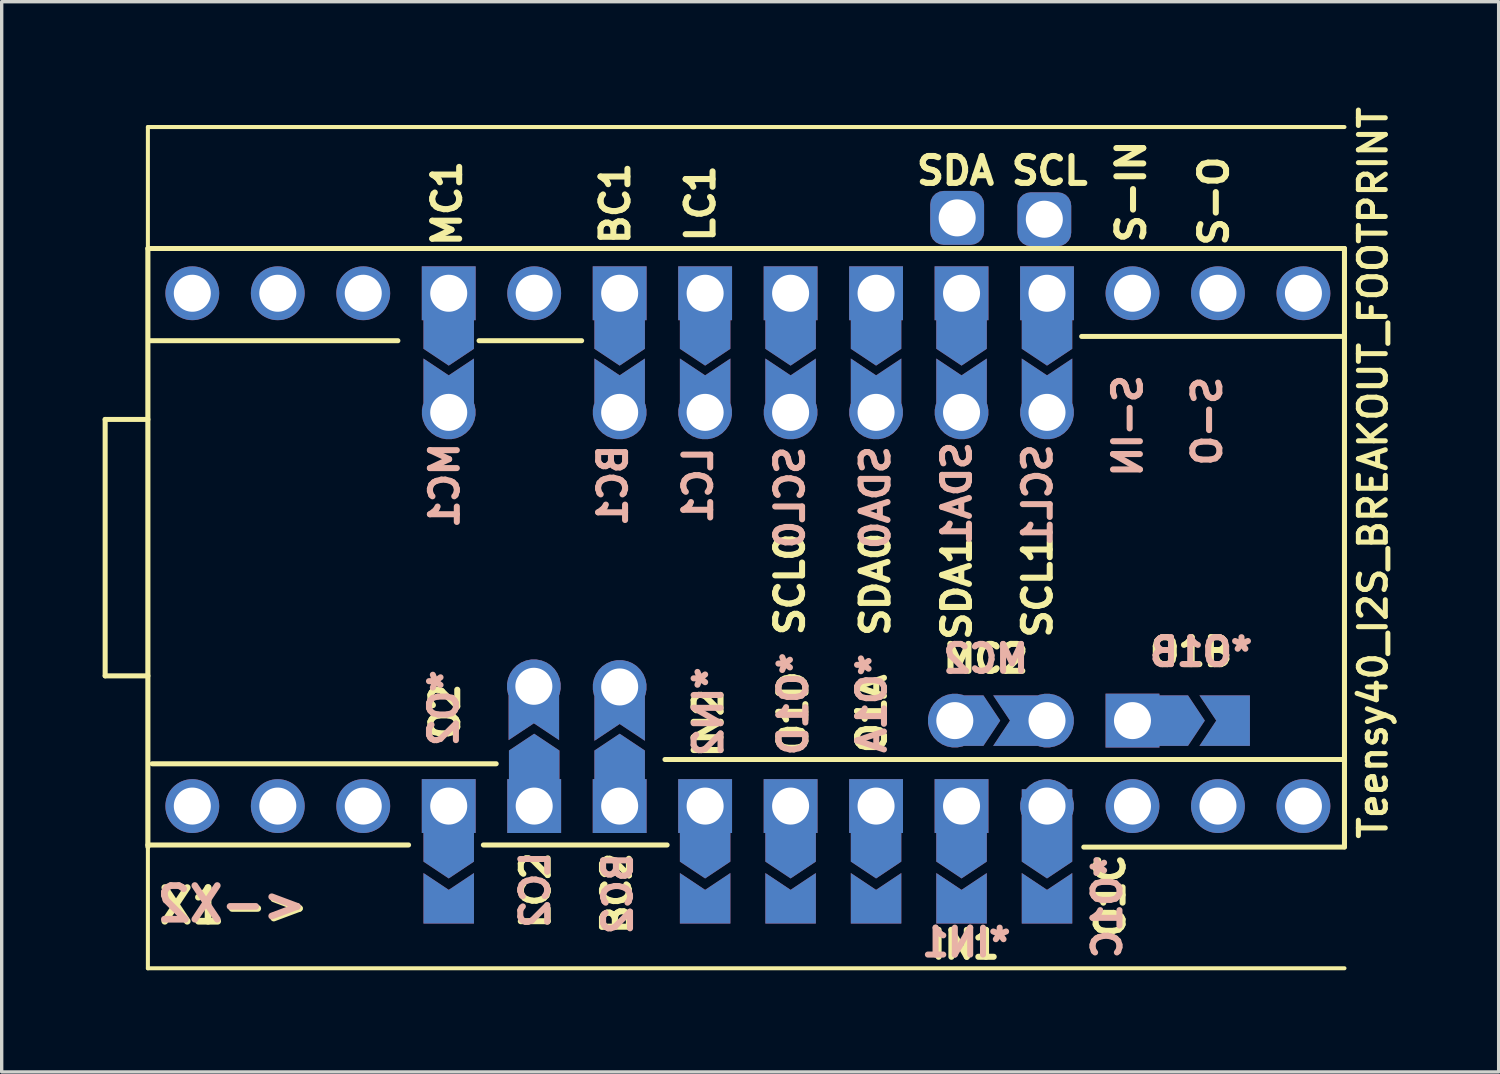
<source format=kicad_pcb>
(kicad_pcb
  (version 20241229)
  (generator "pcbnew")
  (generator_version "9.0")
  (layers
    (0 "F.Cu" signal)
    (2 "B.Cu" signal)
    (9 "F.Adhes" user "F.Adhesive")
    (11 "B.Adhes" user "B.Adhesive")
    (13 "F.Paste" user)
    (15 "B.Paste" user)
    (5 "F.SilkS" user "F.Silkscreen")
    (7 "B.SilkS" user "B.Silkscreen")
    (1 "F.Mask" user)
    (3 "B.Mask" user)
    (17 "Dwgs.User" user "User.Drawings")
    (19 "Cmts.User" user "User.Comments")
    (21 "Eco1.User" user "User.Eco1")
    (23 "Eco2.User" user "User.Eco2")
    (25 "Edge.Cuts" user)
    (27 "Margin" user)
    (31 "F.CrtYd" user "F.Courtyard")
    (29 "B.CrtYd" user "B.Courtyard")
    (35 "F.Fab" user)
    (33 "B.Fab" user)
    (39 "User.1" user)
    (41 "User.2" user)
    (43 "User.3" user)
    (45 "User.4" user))
  (footprint "Teensy40_I2S_BREAKOUT_FOOTPRINT"
    (layer "F.Cu")
    (at 1.345 0.725)
    (property "Reference" "Teensy40_I2S_BREAKOUT_FOOTPRINT" (at 36.411 10.277 270) (layer "F.SilkS") (effects (font (size 0.8 0.8) (thickness 0.15))))
    (attr through_hole)
    (fp_poly (pts (xy 8.255 6.16) (xy 9.652 6.223) (xy 9.652 7.62) (xy 8.255 7.556)) (stroke (width 0.1) (type solid)) (fill yes) (layer "F.Mask"))
    (fp_poly (pts (xy 9.632 23.576) (xy 8.235 23.576) (xy 8.235 21.544) (xy 9.632 21.544)) (stroke (width 0.1) (type solid)) (fill yes) (layer "F.Mask"))
    (fp_poly (pts (xy 10.795 17.462) (xy 12.192 17.526) (xy 12.192 18.923) (xy 10.795 18.86)) (stroke (width 0.1) (type solid)) (fill yes) (layer "F.Mask"))
    (fp_poly (pts (xy 13.335 6.096) (xy 14.732 6.16) (xy 14.732 7.556) (xy 13.335 7.493)) (stroke (width 0.1) (type solid)) (fill yes) (layer "F.Mask"))
    (fp_poly (pts (xy 13.335 17.447) (xy 14.732 17.511) (xy 14.732 18.908) (xy 13.335 18.844)) (stroke (width 0.1) (type solid)) (fill yes) (layer "F.Mask"))
    (fp_poly (pts (xy 15.875 6.16) (xy 17.272 6.223) (xy 17.272 7.62) (xy 15.875 7.556)) (stroke (width 0.1) (type solid)) (fill yes) (layer "F.Mask"))
    (fp_poly (pts (xy 17.272 23.622) (xy 15.875 23.622) (xy 15.875 21.59) (xy 17.272 21.59)) (stroke (width 0.1) (type solid)) (fill yes) (layer "F.Mask"))
    (fp_poly (pts (xy 18.415 6.223) (xy 19.812 6.287) (xy 19.812 7.684) (xy 18.415 7.62)) (stroke (width 0.1) (type solid)) (fill yes) (layer "F.Mask"))
    (fp_poly (pts (xy 19.812 23.622) (xy 18.415 23.622) (xy 18.415 21.59) (xy 19.812 21.59)) (stroke (width 0.1) (type solid)) (fill yes) (layer "F.Mask"))
    (fp_poly (pts (xy 20.955 6.223) (xy 22.352 6.287) (xy 22.352 7.684) (xy 20.955 7.62)) (stroke (width 0.1) (type solid)) (fill yes) (layer "F.Mask"))
    (fp_poly (pts (xy 22.352 23.622) (xy 20.955 23.622) (xy 20.955 21.59) (xy 22.352 21.59)) (stroke (width 0.1) (type solid)) (fill yes) (layer "F.Mask"))
    (fp_poly (pts (xy 23.495 6.096) (xy 24.892 6.16) (xy 24.892 7.556) (xy 23.495 7.493)) (stroke (width 0.1) (type solid)) (fill yes) (layer "F.Mask"))
    (fp_poly (pts (xy 24.892 23.622) (xy 23.495 23.622) (xy 23.495 21.59) (xy 24.892 21.59)) (stroke (width 0.1) (type solid)) (fill yes) (layer "F.Mask"))
    (fp_poly (pts (xy 25.971 16.954) (xy 25.908 18.352) (xy 24.511 18.352) (xy 24.575 16.954)) (stroke (width 0.1) (type solid)) (fill yes) (layer "F.Mask"))
    (fp_poly (pts (xy 26.035 6.223) (xy 27.432 6.287) (xy 27.432 7.684) (xy 26.035 7.62)) (stroke (width 0.1) (type solid)) (fill yes) (layer "F.Mask"))
    (fp_poly (pts (xy 27.396 23.332) (xy 25.999 23.332) (xy 25.999 21.3) (xy 27.396 21.3)) (stroke (width 0.1) (type solid)) (fill yes) (layer "F.Mask"))
    (fp_poly (pts (xy 31.941 16.954) (xy 31.877 18.352) (xy 30.48 18.352) (xy 30.544 16.954)) (stroke (width 0.1) (type solid)) (fill yes) (layer "F.Mask"))
    (fp_poly (pts (xy 8.255 6.16) (xy 9.652 6.223) (xy 9.652 7.62) (xy 8.255 7.556)) (stroke (width 0.1) (type solid)) (fill yes) (layer "B.Mask"))
    (fp_poly (pts (xy 9.632 23.576) (xy 8.235 23.576) (xy 8.235 21.544) (xy 9.632 21.544)) (stroke (width 0.1) (type solid)) (fill yes) (layer "B.Mask"))
    (fp_poly (pts (xy 10.795 17.462) (xy 12.192 17.526) (xy 12.192 18.923) (xy 10.795 18.86)) (stroke (width 0.1) (type solid)) (fill yes) (layer "B.Mask"))
    (fp_poly (pts (xy 13.284 17.455) (xy 14.681 17.518) (xy 14.681 18.915) (xy 13.284 18.852)) (stroke (width 0.1) (type solid)) (fill yes) (layer "B.Mask"))
    (fp_poly (pts (xy 13.335 6.096) (xy 14.732 6.16) (xy 14.732 7.556) (xy 13.335 7.493)) (stroke (width 0.1) (type solid)) (fill yes) (layer "B.Mask"))
    (fp_poly (pts (xy 15.875 6.16) (xy 17.272 6.223) (xy 17.272 7.62) (xy 15.875 7.556)) (stroke (width 0.1) (type solid)) (fill yes) (layer "B.Mask"))
    (fp_poly (pts (xy 17.272 23.622) (xy 15.875 23.622) (xy 15.875 21.59) (xy 17.272 21.59)) (stroke (width 0.1) (type solid)) (fill yes) (layer "B.Mask"))
    (fp_poly (pts (xy 18.415 6.223) (xy 19.812 6.287) (xy 19.812 7.684) (xy 18.415 7.62)) (stroke (width 0.1) (type solid)) (fill yes) (layer "B.Mask"))
    (fp_poly (pts (xy 19.812 23.622) (xy 18.415 23.622) (xy 18.415 21.59) (xy 19.812 21.59)) (stroke (width 0.1) (type solid)) (fill yes) (layer "B.Mask"))
    (fp_poly (pts (xy 20.955 6.223) (xy 22.352 6.287) (xy 22.352 7.684) (xy 20.955 7.62)) (stroke (width 0.1) (type solid)) (fill yes) (layer "B.Mask"))
    (fp_poly (pts (xy 22.352 23.622) (xy 20.955 23.622) (xy 20.955 21.59) (xy 22.352 21.59)) (stroke (width 0.1) (type solid)) (fill yes) (layer "B.Mask"))
    (fp_poly (pts (xy 23.495 6.096) (xy 24.892 6.16) (xy 24.892 7.556) (xy 23.495 7.493)) (stroke (width 0.1) (type solid)) (fill yes) (layer "B.Mask"))
    (fp_poly (pts (xy 24.892 23.622) (xy 23.495 23.622) (xy 23.495 21.59) (xy 24.892 21.59)) (stroke (width 0.1) (type solid)) (fill yes) (layer "B.Mask"))
    (fp_poly (pts (xy 25.971 16.954) (xy 25.908 18.352) (xy 24.511 18.352) (xy 24.575 16.954)) (stroke (width 0.1) (type solid)) (fill yes) (layer "B.Mask"))
    (fp_poly (pts (xy 26.035 6.223) (xy 27.432 6.287) (xy 27.432 7.684) (xy 26.035 7.62)) (stroke (width 0.1) (type solid)) (fill yes) (layer "B.Mask"))
    (fp_poly (pts (xy 27.396 23.368) (xy 25.999 23.368) (xy 25.999 21.336) (xy 27.396 21.336)) (stroke (width 0.1) (type solid)) (fill yes) (layer "B.Mask"))
    (fp_poly (pts (xy 31.941 16.954) (xy 31.877 18.352) (xy 30.48 18.352) (xy 30.544 16.954)) (stroke (width 0.1) (type solid)) (fill yes) (layer "B.Mask"))
    (fp_line (start -1.27 8.69) (end 0 8.69) (stroke (width 0.15) (type solid)) (layer "F.SilkS"))
    (fp_line (start -1.27 16.31) (end -1.27 8.69) (stroke (width 0.15) (type solid)) (layer "F.SilkS"))
    (fp_line (start 0 0) (end 0 25) (stroke (width 0.12) (type solid)) (layer "F.SilkS"))
    (fp_line (start 0 0) (end 35.56 0) (stroke (width 0.12) (type solid)) (layer "F.SilkS"))
    (fp_line (start 0 3.61) (end 0 21.39) (stroke (width 0.15) (type solid)) (layer "F.SilkS"))
    (fp_line (start 0 16.31) (end -1.27 16.31) (stroke (width 0.15) (type solid)) (layer "F.SilkS"))
    (fp_line (start 0 21.336) (end 7.747 21.336) (stroke (width 0.15) (type solid)) (layer "F.SilkS"))
    (fp_line (start 0 25) (end 35.56 25) (stroke (width 0.12) (type solid)) (layer "F.SilkS"))
    (fp_line (start 0.064 6.35) (end 7.429 6.35) (stroke (width 0.15) (type solid)) (layer "F.SilkS"))
    (fp_line (start 0.127 18.923) (end 10.351 18.923) (stroke (width 0.15) (type solid)) (layer "F.SilkS"))
    (fp_line (start 9.842 6.35) (end 12.89 6.35) (stroke (width 0.15) (type solid)) (layer "F.SilkS"))
    (fp_line (start 9.97 21.336) (end 15.431 21.336) (stroke (width 0.15) (type solid)) (layer "F.SilkS"))
    (fp_line (start 15.367 18.796) (end 35.56 18.796) (stroke (width 0.15) (type solid)) (layer "F.SilkS"))
    (fp_line (start 27.75 6.223) (end 35.56 6.223) (stroke (width 0.15) (type solid)) (layer "F.SilkS"))
    (fp_line (start 27.813 21.399) (end 35.56 21.399) (stroke (width 0.15) (type solid)) (layer "F.SilkS"))
    (fp_line (start 35.56 3.61) (end 0 3.61) (stroke (width 0.15) (type solid)) (layer "F.SilkS"))
    (fp_line (start 35.56 21.39) (end 35.56 3.61) (stroke (width 0.15) (type solid)) (layer "F.SilkS"))
    (fp_text user "IN1" (at 24.298 24.298 180) (layer "F.SilkS") (effects (font (size 0.8 0.8) (thickness 0.18))))
    (fp_text user "SCL1" (at 26.44 13.66 90) (layer "F.SilkS") (effects (font (size 0.8 0.8) (thickness 0.18))))
    (fp_text user "LC1" (at 16.42 2.27 90) (layer "F.SilkS") (effects (font (size 0.8 0.8) (thickness 0.18))))
    (fp_text user "O1A" (at 21.514 17.435 90) (layer "F.SilkS") (effects (font (size 0.8 0.8) (thickness 0.18))))
    (fp_text user "O1B" (at 31 15.6 0) (layer "F.SilkS") (effects (font (size 0.8 0.8) (thickness 0.18))))
    (fp_text user "IN2" (at 16.657 17.714 90) (layer "F.SilkS") (effects (font (size 0.8 0.8) (thickness 0.18))))
    (fp_text user "O2" (at 8.833 17.37 90) (layer "F.SilkS") (effects (font (size 0.8 0.8) (thickness 0.18))))
    (fp_text user "SCL0" (at 19.08 13.59 90) (layer "F.SilkS") (effects (font (size 0.8 0.8) (thickness 0.18))))
    (fp_text user "S-O" (at 31.68 2.2 90) (layer "F.SilkS") (effects (font (size 0.8 0.8) (thickness 0.18))))
    (fp_text user "LC2" (at 11.521 22.687 90) (layer "F.SilkS") (effects (font (size 0.8 0.8) (thickness 0.18))))
    (fp_text user "SDA0" (at 21.62 13.59 90) (layer "F.SilkS") (effects (font (size 0.8 0.8) (thickness 0.18))))
    (fp_text user "MC2" (at 24.9 15.8 0) (layer "F.SilkS") (effects (font (size 0.8 0.8) (thickness 0.18))))
    (fp_text user "X1->" (at 2.55 23.15 0) (layer "F.SilkS") (effects (font (size 1 1) (thickness 0.2))))
    (fp_text user "BC2" (at 13.934 22.774 90) (layer "F.SilkS") (effects (font (size 0.8 0.8) (thickness 0.18))))
    (fp_text user "SDA" (at 24 1.3 0) (layer "F.SilkS") (effects (font (size 0.8 0.8) (thickness 0.18))))
    (fp_text user "S-IN" (at 29.22 1.92 90) (layer "F.SilkS") (effects (font (size 0.8 0.8) (thickness 0.18))))
    (fp_text user "SCL" (at 26.8 1.3 0) (layer "F.SilkS") (effects (font (size 0.8 0.8) (thickness 0.18))))
    (fp_text user "BC1" (at 13.89 2.27 90) (layer "F.SilkS") (effects (font (size 0.8 0.8) (thickness 0.18))))
    (fp_text user "O1C" (at 28.605 22.84 90) (layer "F.SilkS") (effects (font (size 0.8 0.8) (thickness 0.18))))
    (fp_text user "O1D" (at 19.177 17.399 90) (layer "F.SilkS") (effects (font (size 0.8 0.8) (thickness 0.18))))
    (fp_text user "SDA1" (at 24.04 13.71 90) (layer "F.SilkS") (effects (font (size 0.8 0.8) (thickness 0.18))))
    (fp_text user "MC1" (at 8.89 2.27 90) (layer "F.SilkS") (effects (font (size 0.8 0.8) (thickness 0.18))))
    (fp_text user "SCL1" (at 26.44 10.94 90) (layer "B.SilkS") (effects (font (size 0.8 0.8) (thickness 0.18)) (justify mirror)))
    (fp_text user "*IN2" (at 16.657 17.374 90) (unlocked yes) (layer "B.SilkS") (effects (font (size 0.8 0.8) (thickness 0.18)) (justify mirror)))
    (fp_text user "*O1A" (at 21.514 17.125 90) (layer "B.SilkS") (effects (font (size 0.8 0.8) (thickness 0.18)) (justify mirror)))
    (fp_text user "*O1D" (at 19.177 17.145 90) (layer "B.SilkS") (effects (font (size 0.8 0.8) (thickness 0.18)) (justify mirror)))
    (fp_text user "BC1" (at 13.82 10.65 90) (layer "B.SilkS") (effects (font (size 0.8 0.8) (thickness 0.18)) (justify mirror)))
    (fp_text user "LC2" (at 11.506 22.667 90) (layer "B.SilkS") (effects (font (size 0.8 0.8) (thickness 0.18)) (justify mirror)))
    (fp_text user "MC1" (at 8.82 10.65 90) (layer "B.SilkS") (effects (font (size 0.8 0.8) (thickness 0.18)) (justify mirror)))
    (fp_text user "SDA0" (at 21.62 11.01 90) (layer "B.SilkS") (effects (font (size 0.8 0.8) (thickness 0.18)) (justify mirror)))
    (fp_text user "S-O" (at 31.48 8.74 90) (layer "B.SilkS") (effects (font (size 0.8 0.8) (thickness 0.18)) (justify mirror)))
    (fp_text user "<-X2" (at 2.49 23.09 0) (layer "B.SilkS") (effects (font (size 1 1) (thickness 0.2)) (justify mirror)))
    (fp_text user "MC2" (at 24.9 15.8 0) (unlocked yes) (layer "B.SilkS") (effects (font (size 0.8 0.8) (thickness 0.18)) (justify mirror)))
    (fp_text user "*O1B" (at 31.3 15.6 0) (unlocked yes) (layer "B.SilkS") (effects (font (size 0.8 0.8) (thickness 0.18)) (justify mirror)))
    (fp_text user "*O2" (at 8.793 17.268 90) (layer "B.SilkS") (effects (font (size 0.8 0.8) (thickness 0.18)) (justify mirror)))
    (fp_text user "S-IN" (at 29.12 8.88 90) (layer "B.SilkS") (effects (font (size 0.8 0.8) (thickness 0.18)) (justify mirror)))
    (fp_text user "BC2" (at 13.967 22.784 90) (layer "B.SilkS") (effects (font (size 0.8 0.8) (thickness 0.18)) (justify mirror)))
    (fp_text user "SCL0" (at 19.08 11.01 90) (layer "B.SilkS") (effects (font (size 0.8 0.8) (thickness 0.18)) (justify mirror)))
    (fp_text user "SDA1" (at 24.04 10.89 90) (layer "B.SilkS") (effects (font (size 0.8 0.8) (thickness 0.18)) (justify mirror)))
    (fp_text user "*IN1" (at 24.323 24.232 0) (unlocked yes) (layer "B.SilkS") (effects (font (size 0.8 0.8) (thickness 0.18)) (justify mirror)))
    (fp_text user "LC1" (at 16.35 10.65 90) (layer "B.SilkS") (effects (font (size 0.8 0.8) (thickness 0.18)) (justify mirror)))
    (fp_text user "*O1C" (at 28.512 23.177 90) (layer "B.SilkS") (effects (font (size 0.8 0.8) (thickness 0.18)) (justify mirror)))
    (pad "1" thru_hole circle (at 1.32 20.18) (size 1.6 1.6) (drill 1.1) (layers "*.Cu" "*.Mask"))
    (pad "2" thru_hole circle (at 3.86 20.18) (size 1.6 1.6) (drill 1.1) (layers "*.Cu" "*.Mask"))
    (pad "3" thru_hole circle (at 6.4 20.18 90) (size 1.6 1.6) (drill 1.1) (layers "*.Cu" "*.Mask"))
    (pad "4" thru_hole custom (at 8.94 20.18 90) (size 1.6 1.6) (drill 1.1) (layers "*.Cu" "*.Mask") (options (anchor rect)) (primitives (gr_poly (pts (xy -1.65 -0.75) (xy 0.5 -0.75) (xy 0.5 0.75) (xy -1.65 0.75) (xy -2.15 0)) (width 0) (fill yes))))
    (pad "5" thru_hole custom (at 11.48 20.18 270) (size 1.6 1.6) (drill 1.1) (layers "*.Cu" "*.Mask") (options (anchor rect)) (primitives (gr_poly (pts (xy -1.65 -0.75) (xy 0.5 -0.75) (xy 0.5 0.75) (xy -1.65 0.75) (xy -2.15 0)) (width 0) (fill yes))))
    (pad "6" thru_hole custom (at 14.02 20.18 270) (size 1.6 1.6) (drill 1.1) (layers "*.Cu" "*.Mask") (options (anchor rect)) (primitives (gr_poly (pts (xy -1.65 -0.75) (xy 0.5 -0.75) (xy 0.5 0.75) (xy -1.65 0.75) (xy -2.15 0)) (width 0) (fill yes))))
    (pad "7" thru_hole custom (at 16.56 20.18 90) (size 1.6 1.6) (drill 1.1) (layers "*.Cu" "*.Mask") (options (anchor rect)) (primitives (gr_poly (pts (xy -1.65 -0.75) (xy 0.5 -0.75) (xy 0.5 0.75) (xy -1.65 0.75) (xy -2.15 0)) (width 0) (fill yes))))
    (pad "8" thru_hole custom (at 19.1 20.18 90) (size 1.6 1.6) (drill 1.1) (layers "*.Cu" "*.Mask") (options (anchor rect)) (primitives (gr_poly (pts (xy -1.65 -0.75) (xy 0.5 -0.75) (xy 0.5 0.75) (xy -1.65 0.75) (xy -2.15 0)) (width 0) (fill yes))))
    (pad "9" thru_hole custom (at 21.64 20.18 90) (size 1.6 1.6) (drill 1.1) (layers "*.Cu" "*.Mask") (options (anchor rect)) (primitives (gr_poly (pts (xy -1.65 -0.75) (xy 0.5 -0.75) (xy 0.5 0.75) (xy -1.65 0.75) (xy -2.15 0)) (width 0) (fill yes))))
    (pad "10" thru_hole custom (at 24.18 20.18 90) (size 1.6 1.6) (drill 1.1) (layers "*.Cu" "*.Mask") (options (anchor rect)) (primitives (gr_poly (pts (xy -1.65 -0.75) (xy 0.5 -0.75) (xy 0.5 0.75) (xy -1.65 0.75) (xy -2.15 0)) (width 0) (fill yes))))
    (pad "11" thru_hole custom (at 26.72 20.18 90) (size 1.6 1.6) (drill 1.1) (layers "*.Cu" "*.Mask") (options (anchor circle)) (primitives (gr_poly (pts (xy -1.65 -0.75) (xy 0.5 -0.75) (xy 0.5 0.75) (xy -1.65 0.75) (xy -2.15 0)) (width 0) (fill yes))))
    (pad "12" thru_hole circle (at 29.26 20.18) (size 1.6 1.6) (drill 1.1) (layers "*.Cu" "*.Mask"))
    (pad "13" thru_hole circle (at 31.8 20.18) (size 1.6 1.6) (drill 1.1) (layers "*.Cu" "*.Mask"))
    (pad "14" thru_hole circle (at 34.34 20.18) (size 1.6 1.6) (drill 1.1) (layers "*.Cu" "*.Mask"))
    (pad "20" thru_hole circle (at 34.34 4.94) (size 1.6 1.6) (drill 1.1) (layers "*.Cu" "*.Mask"))
    (pad "21" thru_hole circle (at 31.8 4.94) (size 1.6 1.6) (drill 1.1) (layers "*.Cu" "*.Mask"))
    (pad "22" thru_hole circle (at 29.26 4.94) (size 1.6 1.6) (drill 1.1) (layers "*.Cu" "*.Mask"))
    (pad "23" thru_hole custom (at 26.72 4.94 90) (size 1.6 1.6) (drill 1.1) (layers "*.Cu" "*.Mask") (options (anchor rect)) (primitives (gr_poly (pts (xy -1.65 -0.75) (xy 0.5 -0.75) (xy 0.5 0.75) (xy -1.65 0.75) (xy -2.15 0)) (width 0) (fill yes))))
    (pad "24" thru_hole custom (at 24.18 4.94 90) (size 1.6 1.6) (drill 1.1) (layers "*.Cu" "*.Mask") (options (anchor rect)) (primitives (gr_poly (pts (xy -1.65 -0.75) (xy 0.5 -0.75) (xy 0.5 0.75) (xy -1.65 0.75) (xy -2.15 0)) (width 0) (fill yes))))
    (pad "25" thru_hole custom (at 21.64 4.94 90) (size 1.6 1.6) (drill 1.1) (layers "*.Cu" "*.Mask") (options (anchor rect)) (primitives (gr_poly (pts (xy -1.65 -0.75) (xy 0.5 -0.75) (xy 0.5 0.75) (xy -1.65 0.75) (xy -2.15 0)) (width 0) (fill yes))))
    (pad "26" thru_hole custom (at 19.1 4.94 90) (size 1.6 1.6) (drill 1.1) (layers "*.Cu" "*.Mask") (options (anchor rect)) (primitives (gr_poly (pts (xy -1.65 -0.75) (xy 0.5 -0.75) (xy 0.5 0.75) (xy -1.65 0.75) (xy -2.15 0)) (width 0) (fill yes))))
    (pad "27" thru_hole custom (at 16.56 4.94 90) (size 1.6 1.6) (drill 1.1) (layers "*.Cu" "*.Mask") (options (anchor rect)) (primitives (gr_poly (pts (xy -1.65 -0.75) (xy 0.5 -0.75) (xy 0.5 0.75) (xy -1.65 0.75) (xy -2.15 0)) (width 0) (fill yes))))
    (pad "28" thru_hole custom (at 14.02 4.94 90) (size 1.6 1.6) (drill 1.1) (layers "*.Cu" "*.Mask") (options (anchor rect)) (primitives (gr_poly (pts (xy -1.65 -0.75) (xy 0.5 -0.75) (xy 0.5 0.75) (xy -1.65 0.75) (xy -2.15 0)) (width 0) (fill yes))))
    (pad "29" thru_hole circle (at 11.48 4.94) (size 1.6 1.6) (drill 1.1) (layers "*.Cu" "*.Mask"))
    (pad "30" thru_hole custom (at 8.94 4.94 90) (size 1.6 1.6) (drill 1.1) (layers "*.Cu" "*.Mask") (options (anchor rect)) (primitives (gr_poly (pts (xy -1.65 -0.75) (xy 0.5 -0.75) (xy 0.5 0.75) (xy -1.65 0.75) (xy -2.15 0)) (width 0) (fill yes))))
    (pad "31" thru_hole circle (at 6.4 4.94) (size 1.6 1.6) (drill 1.1) (layers "*.Cu" "*.Mask"))
    (pad "32" thru_hole circle (at 3.86 4.94) (size 1.6 1.6) (drill 1.1) (layers "*.Cu" "*.Mask"))
    (pad "33" thru_hole circle (at 1.32 4.94) (size 1.6 1.6) (drill 1.1) (layers "*.Cu" "*.Mask"))
    (pad "43" thru_hole custom (at 29.26 17.64 180) (size 1.6 1.6) (drill 1.1) (layers "*.Cu" "*.Mask") (options (anchor rect)) (primitives (gr_poly (pts (xy -1.65 -0.75) (xy 0.5 -0.75) (xy 0.5 0.75) (xy -1.65 0.75) (xy -2.15 0)) (width 0) (fill yes))))
    (pad "44" thru_hole custom (at 26.72 17.64) (size 1.6 1.6) (drill 1.1) (layers "*.Cu" "*.Mask") (options (anchor circle)) (primitives (gr_poly (pts (xy -1.6 -0.75) (xy 0.25 -0.75) (xy 0.25 0.75) (xy -1.6 0.75) (xy -1.1 0)) (width 0) (fill yes))))
    (pad "C1" thru_hole custom (at 21.64 8.48 270) (size 1.6 1.6) (drill 1.1) (layers "*.Cu" "*.Mask") (options (anchor circle)) (primitives (gr_poly (pts (xy -1.6 -0.75) (xy 0.25 -0.75) (xy 0.25 0.75) (xy -1.6 0.75) (xy -1.1 0)) (width 0) (fill yes))))
    (pad "C1" thru_hole roundrect (at 24.05 2.7) (size 1.6 1.6) (drill 1.1) (layers "*.Cu" "*.Mask") (roundrect_rratio 0.25))
    (pad "C1" thru_hole custom (at 24.18 8.48 270) (size 1.6 1.6) (drill 1.1) (layers "*.Cu" "*.Mask") (options (anchor circle)) (primitives (gr_poly (pts (xy -1.6 -0.75) (xy 0.25 -0.75) (xy 0.25 0.75) (xy -1.6 0.75) (xy -1.1 0)) (width 0) (fill yes))))
    (pad "C2" thru_hole custom (at 19.1 8.48 270) (size 1.6 1.6) (drill 1.1) (layers "*.Cu" "*.Mask") (options (anchor circle)) (primitives (gr_poly (pts (xy -1.6 -0.75) (xy 0.25 -0.75) (xy 0.25 0.75) (xy -1.6 0.75) (xy -1.1 0)) (width 0) (fill yes))))
    (pad "C2" thru_hole roundrect (at 26.64 2.74) (size 1.6 1.6) (drill 1.1) (layers "*.Cu" "*.Mask") (roundrect_rratio 0.25))
    (pad "C2" thru_hole custom (at 26.72 8.48 270) (size 1.6 1.6) (drill 1.1) (layers "*.Cu" "*.Mask") (options (anchor circle)) (primitives (gr_poly (pts (xy -1.6 -0.75) (xy 0.25 -0.75) (xy 0.25 0.75) (xy -1.6 0.75) (xy -1.1 0)) (width 0) (fill yes))))
    (pad "S1" thru_hole custom (at 8.94 8.48 270) (size 1.6 1.6) (drill 1.1) (layers "*.Cu" "*.Mask") (options (anchor circle)) (primitives (gr_poly (pts (xy -1.6 -0.75) (xy 0.25 -0.75) (xy 0.25 0.75) (xy -1.6 0.75) (xy -1.1 0)) (width 0) (fill yes))))
    (pad "S1" thru_hole custom (at 23.98 17.64 180) (size 1.6 1.6) (drill 1.1) (layers "*.Cu" "*.Mask") (options (anchor circle)) (primitives (gr_poly (pts (xy -0.85 -0.75) (xy 0.25 -0.75) (xy 0.25 0.75) (xy -0.85 0.75) (xy -1.35 0)) (width 0) (fill yes))))
    (pad "S2" thru_hole custom (at 11.47 16.62 90) (size 1.6 1.6) (drill 1.1) (layers "*.Cu" "*.Mask") (options (anchor circle)) (primitives (gr_poly (pts (xy -1.6 -0.75) (xy 0.25 -0.75) (xy 0.25 0.75) (xy -1.6 0.75) (xy -1.1 0)) (width 0) (fill yes))))
    (pad "S2" thru_hole custom (at 16.56 8.48 270) (size 1.6 1.6) (drill 1.1) (layers "*.Cu" "*.Mask") (options (anchor circle)) (primitives (gr_poly (pts (xy -1.6 -0.75) (xy 0.25 -0.75) (xy 0.25 0.75) (xy -1.6 0.75) (xy -1.1 0)) (width 0) (fill yes))))
    (pad "S3" thru_hole custom (at 14.02 8.48 270) (size 1.6 1.6) (drill 1.1) (layers "*.Cu" "*.Mask") (options (anchor circle)) (primitives (gr_poly (pts (xy -1.6 -0.75) (xy 0.25 -0.75) (xy 0.25 0.75) (xy -1.6 0.75) (xy -1.1 0)) (width 0) (fill yes))))
    (pad "S3" thru_hole custom (at 14.02 16.64 90) (size 1.6 1.6) (drill 1.1) (layers "*.Cu" "*.Mask") (options (anchor circle)) (primitives (gr_poly (pts (xy -1.6 -0.75) (xy 0.25 -0.75) (xy 0.25 0.75) (xy -1.6 0.75) (xy -1.1 0)) (width 0) (fill yes))))
    (pad "X1" smd custom (at 8.94 22.92 270) (size 0.5 0.5) (layers "F.Cu" "F.Mask") (options (anchor rect)) (primitives (gr_poly (pts (xy -0.75 -0.75) (xy 0.75 -0.75) (xy 0.75 0.75) (xy -0.75 0.75) (xy -0.25 0)) (width 0) (fill yes))))
    (pad "X1" smd custom (at 16.56 22.92 270) (size 0.5 1.5) (layers "F.Cu" "F.Mask") (options (anchor rect)) (primitives (gr_poly (pts (xy -0.75 -0.75) (xy 0.75 -0.75) (xy 0.75 0.75) (xy -0.75 0.75) (xy -0.25 0)) (width 0) (fill yes))))
    (pad "X1" smd custom (at 19.1 22.92 270) (size 0.5 1.5) (layers "F.Cu" "F.Mask") (options (anchor rect)) (primitives (gr_poly (pts (xy -0.75 -0.75) (xy 0.75 -0.75) (xy 0.75 0.75) (xy -0.75 0.75) (xy -0.25 0)) (width 0) (fill yes))))
    (pad "X1" smd custom (at 21.64 22.92 270) (size 0.5 1.5) (layers "F.Cu" "F.Mask") (options (anchor rect)) (primitives (gr_poly (pts (xy -0.75 -0.75) (xy 0.75 -0.75) (xy 0.75 0.75) (xy -0.75 0.75) (xy -0.25 0)) (width 0) (fill yes))))
    (pad "X1" smd custom (at 24.18 22.92 270) (size 0.5 1.5) (layers "F.Cu" "F.Mask") (options (anchor rect)) (primitives (gr_poly (pts (xy -0.75 -0.75) (xy 0.75 -0.75) (xy 0.75 0.75) (xy -0.75 0.75) (xy -0.25 0)) (width 0) (fill yes))))
    (pad "X1" smd custom (at 26.72 22.92 270) (size 0.5 1.5) (layers "F.Cu" "F.Mask") (options (anchor rect)) (primitives (gr_poly (pts (xy -0.75 -0.75) (xy 0.75 -0.75) (xy 0.75 0.75) (xy -0.75 0.75) (xy -0.25 0)) (width 0) (fill yes))))
    (pad "X1" smd custom (at 32 17.64) (size 0.5 1.5) (layers "F.Cu" "F.Mask") (options (anchor rect)) (primitives (gr_poly (pts (xy -0.75 -0.75) (xy 0.75 -0.75) (xy 0.75 0.75) (xy -0.75 0.75) (xy -0.25 0)) (width 0) (fill yes))))
    (pad "X2" smd custom (at 8.94 22.92 270) (size 0.5 1.5) (layers "B.Cu" "B.Mask") (options (anchor rect)) (primitives (gr_poly (pts (xy -0.75 -0.75) (xy 0.75 -0.75) (xy 0.75 0.75) (xy -0.75 0.75) (xy -0.25 0)) (width 0) (fill yes))))
    (pad "X2" smd custom (at 16.56 22.92 270) (size 0.5 1.5) (layers "B.Cu" "B.Mask") (options (anchor rect)) (primitives (gr_poly (pts (xy -0.75 -0.75) (xy 0.75 -0.75) (xy 0.75 0.75) (xy -0.75 0.75) (xy -0.25 0)) (width 0) (fill yes))))
    (pad "X2" smd custom (at 19.1 22.92 270) (size 0.5 1.5) (layers "B.Cu" "B.Mask") (options (anchor rect)) (primitives (gr_poly (pts (xy -0.75 -0.75) (xy 0.75 -0.75) (xy 0.75 0.75) (xy -0.75 0.75) (xy -0.25 0)) (width 0) (fill yes))))
    (pad "X2" smd custom (at 21.64 22.92 270) (size 0.5 1.5) (layers "B.Cu" "B.Mask") (options (anchor rect)) (primitives (gr_poly (pts (xy -0.75 -0.75) (xy 0.75 -0.75) (xy 0.75 0.75) (xy -0.75 0.75) (xy -0.25 0)) (width 0) (fill yes))))
    (pad "X2" smd custom (at 24.18 22.92 270) (size 0.5 1.5) (layers "B.Cu" "B.Mask") (options (anchor rect)) (primitives (gr_poly (pts (xy -0.75 -0.75) (xy 0.75 -0.75) (xy 0.75 0.75) (xy -0.75 0.75) (xy -0.25 0)) (width 0) (fill yes))))
    (pad "X2" smd custom (at 26.72 22.92 270) (size 0.5 1.5) (layers "B.Cu" "B.Mask") (options (anchor rect)) (primitives (gr_poly (pts (xy -0.75 -0.75) (xy 0.75 -0.75) (xy 0.75 0.75) (xy -0.75 0.75) (xy -0.25 0)) (width 0) (fill yes))))
    (pad "X2" smd custom (at 32 17.64) (size 0.5 1.5) (layers "B.Cu" "B.Mask") (options (anchor rect)) (primitives (gr_poly (pts (xy -0.75 -0.75) (xy 0.75 -0.75) (xy 0.75 0.75) (xy -0.75 0.75) (xy -0.25 0)) (width 0) (fill yes)))))
  (gr_rect
    (start -3 -3)
    (end 41.487 28.806)
    (stroke (width 0.1) (type default))
    (fill no)
    (layer "Edge.Cuts")))
</source>
